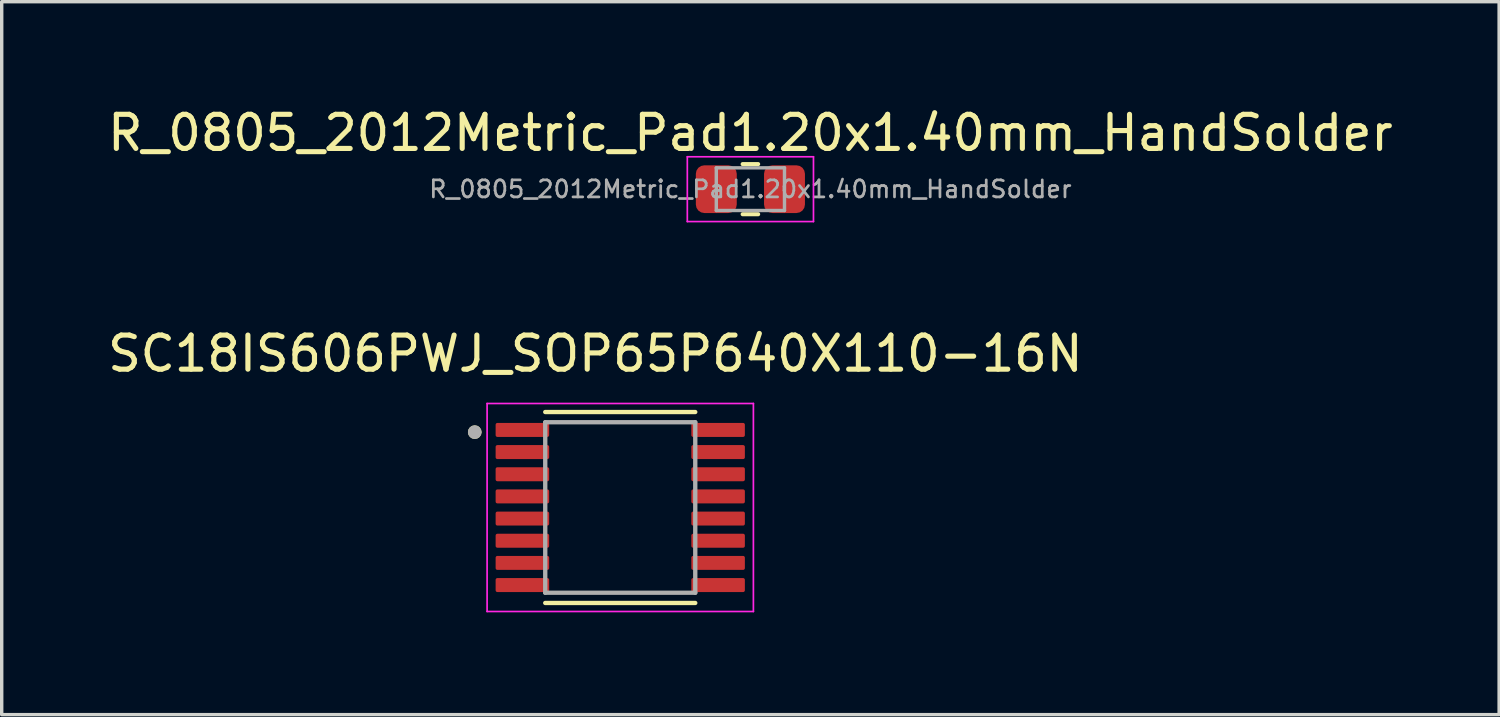
<source format=kicad_pcb>
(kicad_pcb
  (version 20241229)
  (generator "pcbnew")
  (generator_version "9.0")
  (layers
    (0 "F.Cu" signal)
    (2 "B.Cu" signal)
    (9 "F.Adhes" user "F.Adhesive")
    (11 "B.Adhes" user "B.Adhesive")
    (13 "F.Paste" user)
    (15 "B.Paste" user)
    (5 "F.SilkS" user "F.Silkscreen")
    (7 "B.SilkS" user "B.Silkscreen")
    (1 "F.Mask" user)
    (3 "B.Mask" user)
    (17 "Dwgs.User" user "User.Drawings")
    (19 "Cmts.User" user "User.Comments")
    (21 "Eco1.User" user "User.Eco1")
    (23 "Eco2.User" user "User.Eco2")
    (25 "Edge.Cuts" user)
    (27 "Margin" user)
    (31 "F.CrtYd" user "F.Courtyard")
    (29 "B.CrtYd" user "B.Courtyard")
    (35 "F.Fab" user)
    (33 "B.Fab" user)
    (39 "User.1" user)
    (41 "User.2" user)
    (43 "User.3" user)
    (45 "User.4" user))
  (footprint "SC18IS606PWJ_SOP65P640X110-16N"
    (layer "F.Cu")
    (at 15.141 11.834)
    (property "Reference" "SC18IS606PWJ_SOP65P640X110-16N" (at -0.73 -4.512 0) (layer "F.SilkS") (effects (font (size 1 1) (thickness 0.15))))
    (attr smd)
    (fp_line (start -2.2 -2.8) (end 2.2 -2.8) (stroke (width 0.127) (type solid)) (layer "F.SilkS"))
    (fp_line (start -2.2 2.8) (end 2.2 2.8) (stroke (width 0.127) (type solid)) (layer "F.SilkS"))
    (fp_circle (center -4.267 -2.21) (end -4.167 -2.21) (stroke (width 0.2) (type solid)) (fill no) (layer "F.SilkS"))
    (fp_line (start -3.905 -3.05) (end -3.905 3.05) (stroke (width 0.05) (type solid)) (layer "F.CrtYd"))
    (fp_line (start -3.905 3.05) (end 3.905 3.05) (stroke (width 0.05) (type solid)) (layer "F.CrtYd"))
    (fp_line (start 3.905 -3.05) (end -3.905 -3.05) (stroke (width 0.05) (type solid)) (layer "F.CrtYd"))
    (fp_line (start 3.905 3.05) (end 3.905 -3.05) (stroke (width 0.05) (type solid)) (layer "F.CrtYd"))
    (fp_line (start -2.2 -2.5) (end -2.2 2.5) (stroke (width 0.127) (type solid)) (layer "F.Fab"))
    (fp_line (start -2.2 2.5) (end 2.2 2.5) (stroke (width 0.127) (type solid)) (layer "F.Fab"))
    (fp_line (start 2.2 -2.5) (end -2.2 -2.5) (stroke (width 0.127) (type solid)) (layer "F.Fab"))
    (fp_line (start 2.2 2.5) (end 2.2 -2.5) (stroke (width 0.127) (type solid)) (layer "F.Fab"))
    (fp_circle (center -4.267 -2.21) (end -4.167 -2.21) (stroke (width 0.2) (type solid)) (fill no) (layer "F.Fab"))
    (pad "1" smd roundrect (at -2.87 -2.275) (size 1.57 0.41) (layers "F.Cu" "F.Mask" "F.Paste") (roundrect_rratio 0.125))
    (pad "2" smd roundrect (at -2.87 -1.625) (size 1.57 0.41) (layers "F.Cu" "F.Mask" "F.Paste") (roundrect_rratio 0.125))
    (pad "3" smd roundrect (at -2.87 -0.975) (size 1.57 0.41) (layers "F.Cu" "F.Mask" "F.Paste") (roundrect_rratio 0.125))
    (pad "4" smd roundrect (at -2.87 -0.325) (size 1.57 0.41) (layers "F.Cu" "F.Mask" "F.Paste") (roundrect_rratio 0.125))
    (pad "5" smd roundrect (at -2.87 0.325) (size 1.57 0.41) (layers "F.Cu" "F.Mask" "F.Paste") (roundrect_rratio 0.125))
    (pad "6" smd roundrect (at -2.87 0.975) (size 1.57 0.41) (layers "F.Cu" "F.Mask" "F.Paste") (roundrect_rratio 0.125))
    (pad "7" smd roundrect (at -2.87 1.625) (size 1.57 0.41) (layers "F.Cu" "F.Mask" "F.Paste") (roundrect_rratio 0.125))
    (pad "8" smd roundrect (at -2.87 2.275) (size 1.57 0.41) (layers "F.Cu" "F.Mask" "F.Paste") (roundrect_rratio 0.125))
    (pad "9" smd roundrect (at 2.87 2.275) (size 1.57 0.41) (layers "F.Cu" "F.Mask" "F.Paste") (roundrect_rratio 0.125))
    (pad "10" smd roundrect (at 2.87 1.625) (size 1.57 0.41) (layers "F.Cu" "F.Mask" "F.Paste") (roundrect_rratio 0.125))
    (pad "11" smd roundrect (at 2.87 0.975) (size 1.57 0.41) (layers "F.Cu" "F.Mask" "F.Paste") (roundrect_rratio 0.125))
    (pad "12" smd roundrect (at 2.87 0.325) (size 1.57 0.41) (layers "F.Cu" "F.Mask" "F.Paste") (roundrect_rratio 0.125))
    (pad "13" smd roundrect (at 2.87 -0.325) (size 1.57 0.41) (layers "F.Cu" "F.Mask" "F.Paste") (roundrect_rratio 0.125))
    (pad "14" smd roundrect (at 2.87 -0.975) (size 1.57 0.41) (layers "F.Cu" "F.Mask" "F.Paste") (roundrect_rratio 0.125))
    (pad "15" smd roundrect (at 2.87 -1.625) (size 1.57 0.41) (layers "F.Cu" "F.Mask" "F.Paste") (roundrect_rratio 0.125))
    (pad "16" smd roundrect (at 2.87 -2.275) (size 1.57 0.41) (layers "F.Cu" "F.Mask" "F.Paste") (roundrect_rratio 0.125)))
  (footprint "R_0805_2012Metric_Pad1.20x1.40mm_HandSolder"
    (layer "F.Cu")
    (at 18.958 2.498)
    (property "Reference" "R_0805_2012Metric_Pad1.20x1.40mm_HandSolder" (at 0 -1.65 0) (layer "F.SilkS") (effects (font (size 1 1) (thickness 0.15))))
    (attr smd)
    (fp_line (start -0.227 -0.735) (end 0.227 -0.735) (stroke (width 0.12) (type solid)) (layer "F.SilkS"))
    (fp_line (start -0.227 0.735) (end 0.227 0.735) (stroke (width 0.12) (type solid)) (layer "F.SilkS"))
    (fp_line (start -1.85 -0.95) (end 1.85 -0.95) (stroke (width 0.05) (type solid)) (layer "F.CrtYd"))
    (fp_line (start -1.85 0.95) (end -1.85 -0.95) (stroke (width 0.05) (type solid)) (layer "F.CrtYd"))
    (fp_line (start 1.85 -0.95) (end 1.85 0.95) (stroke (width 0.05) (type solid)) (layer "F.CrtYd"))
    (fp_line (start 1.85 0.95) (end -1.85 0.95) (stroke (width 0.05) (type solid)) (layer "F.CrtYd"))
    (fp_line (start -1 -0.625) (end 1 -0.625) (stroke (width 0.1) (type solid)) (layer "F.Fab"))
    (fp_line (start -1 0.625) (end -1 -0.625) (stroke (width 0.1) (type solid)) (layer "F.Fab"))
    (fp_line (start 1 -0.625) (end 1 0.625) (stroke (width 0.1) (type solid)) (layer "F.Fab"))
    (fp_line (start 1 0.625) (end -1 0.625) (stroke (width 0.1) (type solid)) (layer "F.Fab"))
    (fp_text user "${REFERENCE}" (at 0 0 0) (layer "F.Fab") (effects (font (size 0.5 0.5) (thickness 0.08))))
    (pad "1" smd roundrect (at -1 0) (size 1.2 1.4) (layers "F.Cu" "F.Mask" "F.Paste") (roundrect_rratio 0.208))
    (pad "2" smd roundrect (at 1 0) (size 1.2 1.4) (layers "F.Cu" "F.Mask" "F.Paste") (roundrect_rratio 0.208)))
  (gr_rect
    (start -3 -3)
    (end 40.917 17.909)
    (stroke (width 0.1) (type default))
    (fill no)
    (layer "Edge.Cuts")))
</source>
